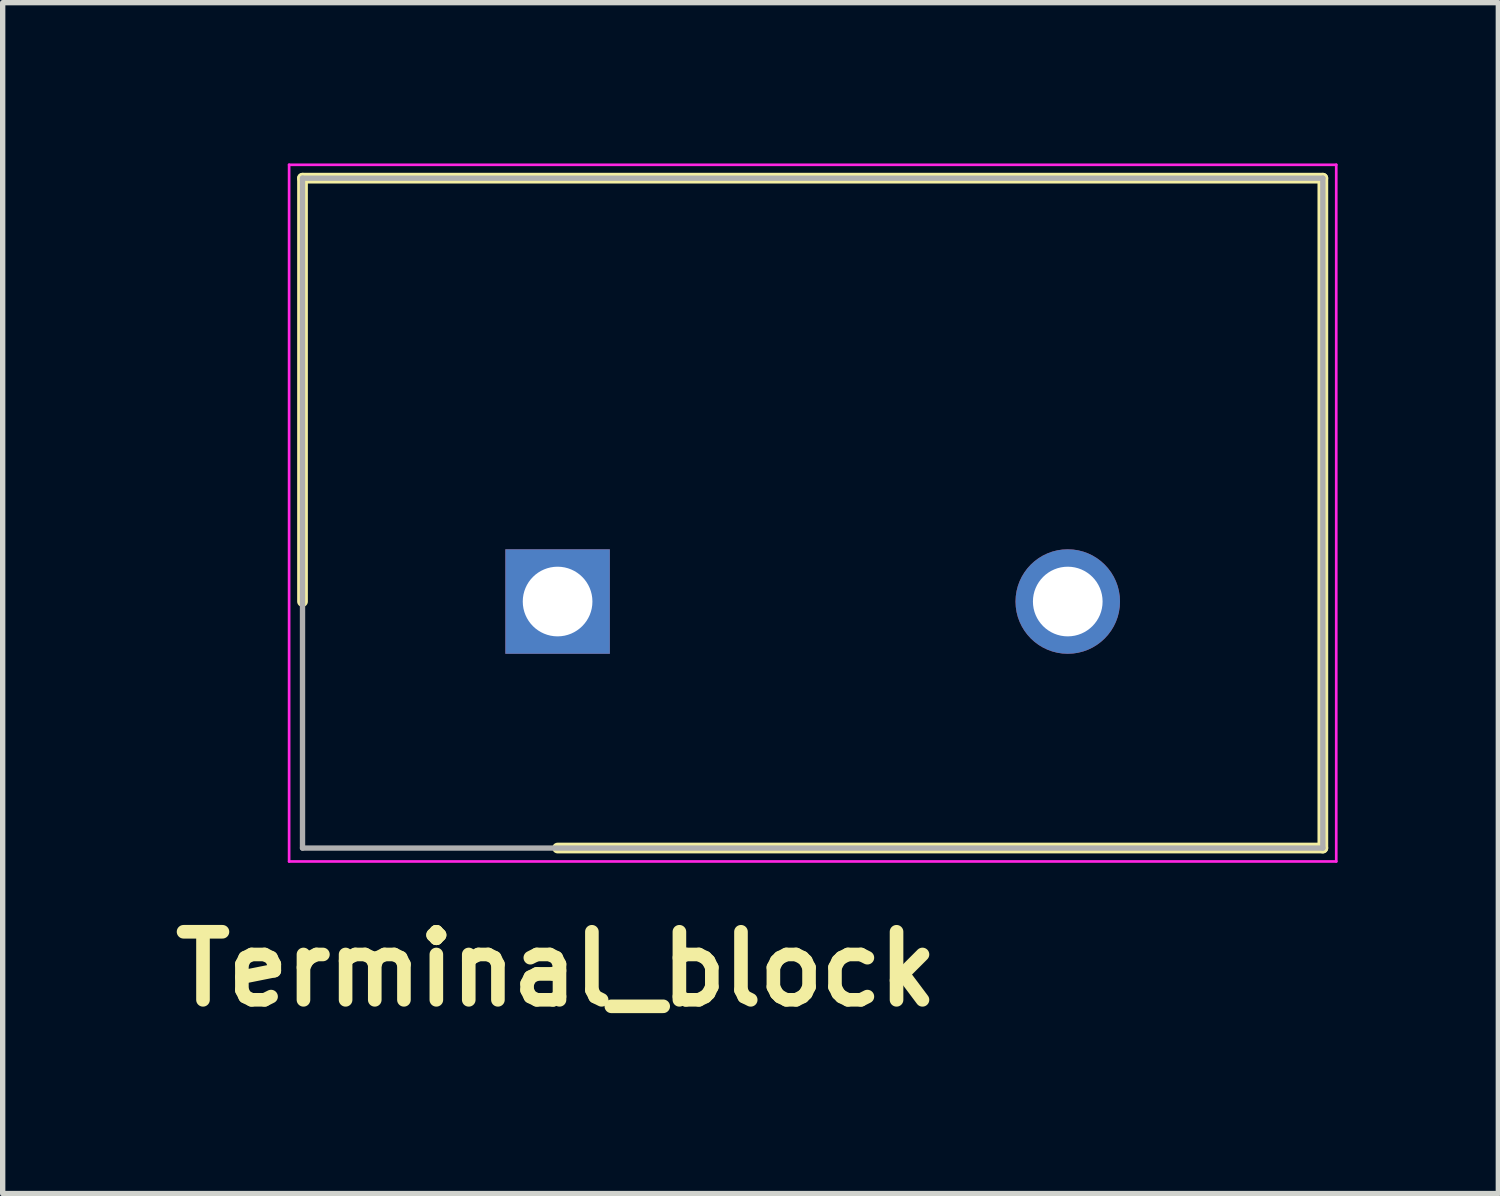
<source format=kicad_pcb>
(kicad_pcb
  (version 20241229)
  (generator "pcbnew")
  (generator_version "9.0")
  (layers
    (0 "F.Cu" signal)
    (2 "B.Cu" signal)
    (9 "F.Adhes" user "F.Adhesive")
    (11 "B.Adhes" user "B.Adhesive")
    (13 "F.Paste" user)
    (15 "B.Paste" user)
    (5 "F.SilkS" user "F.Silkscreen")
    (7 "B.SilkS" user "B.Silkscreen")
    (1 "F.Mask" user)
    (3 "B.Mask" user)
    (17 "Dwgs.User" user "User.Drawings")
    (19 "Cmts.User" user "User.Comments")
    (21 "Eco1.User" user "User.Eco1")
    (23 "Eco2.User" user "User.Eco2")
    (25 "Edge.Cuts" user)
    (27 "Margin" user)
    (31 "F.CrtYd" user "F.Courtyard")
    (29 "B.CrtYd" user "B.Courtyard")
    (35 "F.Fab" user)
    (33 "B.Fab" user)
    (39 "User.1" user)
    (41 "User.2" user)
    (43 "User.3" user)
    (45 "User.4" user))
  (footprint "Terminal_block"
    (layer "F.Cu")
    (at 7.355 8.175)
    (property "Reference" "Terminal_block" (at -0.025 6.858 0) (layer "F.SilkS") (effects (font (size 1.27 1.27) (thickness 0.254))))
    (attr through_hole)
    (fp_line (start -4.76 -7.9) (end -4.76 0) (stroke (width 0.2) (type solid)) (layer "F.SilkS"))
    (fp_line (start 0 4.6) (end 14.28 4.6) (stroke (width 0.2) (type solid)) (layer "F.SilkS"))
    (fp_line (start 14.28 -7.9) (end -4.76 -7.9) (stroke (width 0.2) (type solid)) (layer "F.SilkS"))
    (fp_line (start 14.28 4.6) (end 14.28 -7.9) (stroke (width 0.2) (type solid)) (layer "F.SilkS"))
    (fp_line (start -5.01 -8.15) (end 14.53 -8.15) (stroke (width 0.05) (type solid)) (layer "F.CrtYd"))
    (fp_line (start -5.01 4.85) (end -5.01 -8.15) (stroke (width 0.05) (type solid)) (layer "F.CrtYd"))
    (fp_line (start 14.53 -8.15) (end 14.53 4.85) (stroke (width 0.05) (type solid)) (layer "F.CrtYd"))
    (fp_line (start 14.53 4.85) (end -5.01 4.85) (stroke (width 0.05) (type solid)) (layer "F.CrtYd"))
    (fp_line (start -4.76 -7.9) (end 14.28 -7.9) (stroke (width 0.1) (type solid)) (layer "F.Fab"))
    (fp_line (start -4.76 4.6) (end -4.76 -7.9) (stroke (width 0.1) (type solid)) (layer "F.Fab"))
    (fp_line (start 14.28 -7.9) (end 14.28 4.6) (stroke (width 0.1) (type solid)) (layer "F.Fab"))
    (fp_line (start 14.28 4.6) (end -4.76 4.6) (stroke (width 0.1) (type solid)) (layer "F.Fab"))
    (pad "1" thru_hole rect (at 0 0) (size 1.95 1.95) (drill 1.3) (layers "*.Cu" "*.Mask"))
    (pad "2" thru_hole circle (at 9.52 0) (size 1.95 1.95) (drill 1.3) (layers "*.Cu" "*.Mask")))
  (gr_rect
    (start -3 -3)
    (end 24.91 19.222)
    (stroke (width 0.1) (type default))
    (fill no)
    (layer "Edge.Cuts")))
</source>
